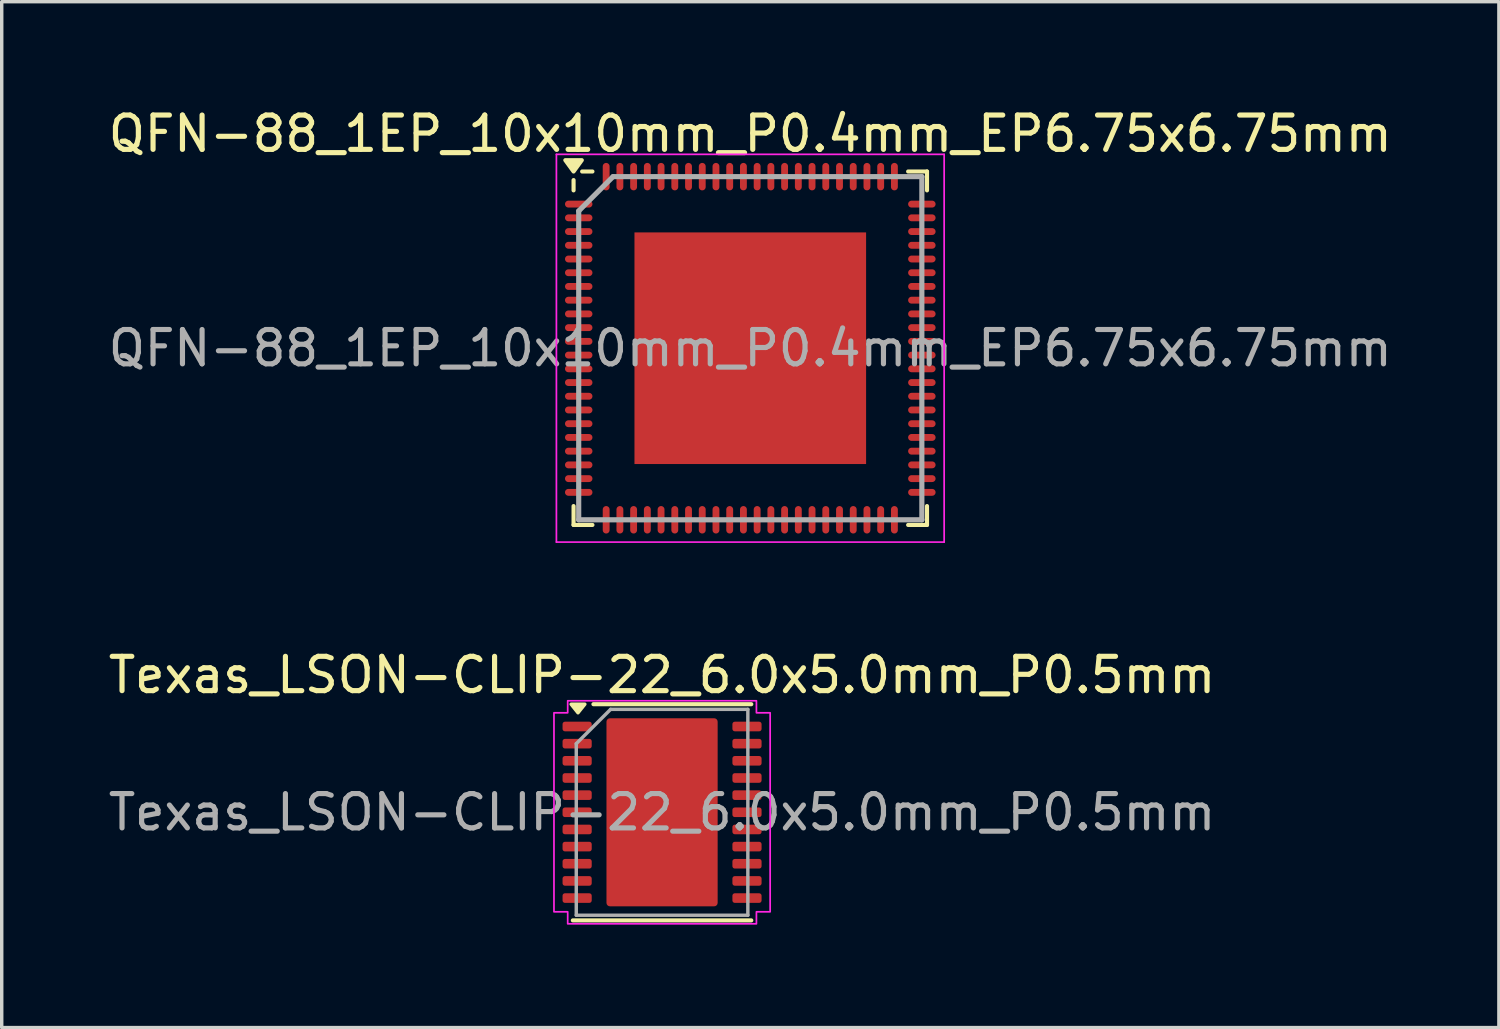
<source format=kicad_pcb>
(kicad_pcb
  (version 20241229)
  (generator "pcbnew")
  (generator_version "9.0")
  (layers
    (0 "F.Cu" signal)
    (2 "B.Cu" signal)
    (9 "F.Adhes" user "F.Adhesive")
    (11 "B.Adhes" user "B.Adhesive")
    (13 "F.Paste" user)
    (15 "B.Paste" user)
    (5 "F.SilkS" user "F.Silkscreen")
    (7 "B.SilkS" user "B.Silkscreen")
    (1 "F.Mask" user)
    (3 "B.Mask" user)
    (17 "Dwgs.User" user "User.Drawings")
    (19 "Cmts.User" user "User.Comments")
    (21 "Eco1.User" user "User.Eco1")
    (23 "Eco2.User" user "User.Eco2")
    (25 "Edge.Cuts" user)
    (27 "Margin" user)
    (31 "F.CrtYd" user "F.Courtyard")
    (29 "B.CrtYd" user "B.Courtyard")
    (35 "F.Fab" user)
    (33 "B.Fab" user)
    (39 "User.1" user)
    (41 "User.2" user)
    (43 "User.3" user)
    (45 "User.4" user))
  (footprint "QFN-88_1EP_10x10mm_P0.4mm_EP6.75x6.75mm"
    (layer "F.Cu")
    (at 18.815 7.098)
    (property "Reference" "QFN-88_1EP_10x10mm_P0.4mm_EP6.75x6.75mm" (at 0 -6.25 0) (layer "F.SilkS") (effects (font (size 1 1) (thickness 0.15))))
    (attr smd)
    (fp_line (start -5.15 -4.9) (end -5.15 -4.6) (stroke (width 0.12) (type default)) (layer "F.SilkS"))
    (fp_line (start -5.15 5.15) (end -5.15 4.6) (stroke (width 0.12) (type default)) (layer "F.SilkS"))
    (fp_line (start -4.6 -5.15) (end -4.9 -5.15) (stroke (width 0.12) (type default)) (layer "F.SilkS"))
    (fp_line (start -4.6 5.15) (end -5.15 5.15) (stroke (width 0.12) (type default)) (layer "F.SilkS"))
    (fp_line (start 4.6 -5.15) (end 5.15 -5.15) (stroke (width 0.12) (type default)) (layer "F.SilkS"))
    (fp_line (start 4.6 5.15) (end 5.15 5.15) (stroke (width 0.12) (type default)) (layer "F.SilkS"))
    (fp_line (start 5.15 -5.15) (end 5.15 -4.6) (stroke (width 0.12) (type default)) (layer "F.SilkS"))
    (fp_line (start 5.15 5.15) (end 5.15 4.6) (stroke (width 0.12) (type default)) (layer "F.SilkS"))
    (fp_poly (pts (xy -5.15 -5.15) (xy -5.39 -5.48) (xy -4.91 -5.48) (xy -5.15 -5.15)) (stroke (width 0.12) (type solid)) (fill yes) (layer "F.SilkS"))
    (fp_line (start -5.65 -5.65) (end 5.65 -5.65) (stroke (width 0.05) (type default)) (layer "F.CrtYd"))
    (fp_line (start -5.65 5.65) (end -5.65 -5.65) (stroke (width 0.05) (type default)) (layer "F.CrtYd"))
    (fp_line (start 5.65 -5.65) (end 5.65 5.65) (stroke (width 0.05) (type default)) (layer "F.CrtYd"))
    (fp_line (start 5.65 5.65) (end -5.65 5.65) (stroke (width 0.05) (type default)) (layer "F.CrtYd"))
    (fp_line (start -5 -4) (end -5 5) (stroke (width 0.15) (type default)) (layer "F.Fab"))
    (fp_line (start -5 5) (end 5 5) (stroke (width 0.15) (type default)) (layer "F.Fab"))
    (fp_line (start -4 -5) (end -5 -4) (stroke (width 0.15) (type default)) (layer "F.Fab"))
    (fp_line (start 5 -5) (end -4 -5) (stroke (width 0.15) (type default)) (layer "F.Fab"))
    (fp_line (start 5 5) (end 5 -5) (stroke (width 0.15) (type default)) (layer "F.Fab"))
    (fp_text user "${REFERENCE}" (at 0 0 0) (layer "F.Fab") (effects (font (size 1 1) (thickness 0.15))))
    (pad "" smd rect (at -2.531 -2.531) (size 0.938 0.938) (layers "F.Paste"))
    (pad "" smd rect (at -2.531 -0.844) (size 0.938 0.938) (layers "F.Paste"))
    (pad "" smd rect (at -2.531 0.844) (size 0.938 0.938) (layers "F.Paste"))
    (pad "" smd rect (at -2.531 2.531) (size 0.938 0.938) (layers "F.Paste"))
    (pad "" smd rect (at -0.844 -2.531) (size 0.938 0.938) (layers "F.Paste"))
    (pad "" smd rect (at -0.844 -0.844) (size 0.938 0.938) (layers "F.Paste"))
    (pad "" smd rect (at -0.844 0.844) (size 0.938 0.938) (layers "F.Paste"))
    (pad "" smd rect (at -0.844 2.531) (size 0.938 0.938) (layers "F.Paste"))
    (pad "" smd rect (at 0.844 -2.531) (size 0.938 0.938) (layers "F.Paste"))
    (pad "" smd rect (at 0.844 -0.844) (size 0.938 0.938) (layers "F.Paste"))
    (pad "" smd rect (at 0.844 0.844) (size 0.938 0.938) (layers "F.Paste"))
    (pad "" smd rect (at 0.844 2.531) (size 0.938 0.938) (layers "F.Paste"))
    (pad "" smd rect (at 2.531 -2.531) (size 0.938 0.938) (layers "F.Paste"))
    (pad "" smd rect (at 2.531 -0.844) (size 0.938 0.938) (layers "F.Paste"))
    (pad "" smd rect (at 2.531 0.844) (size 0.938 0.938) (layers "F.Paste"))
    (pad "" smd rect (at 2.531 2.531) (size 0.938 0.938) (layers "F.Paste"))
    (pad "1" smd oval (at -5 -4.2 90) (size 0.2 0.8) (layers "F.Cu" "F.Mask" "F.Paste"))
    (pad "2" smd oval (at -5 -3.8 90) (size 0.2 0.8) (layers "F.Cu" "F.Mask" "F.Paste"))
    (pad "3" smd oval (at -5 -3.4 90) (size 0.2 0.8) (layers "F.Cu" "F.Mask" "F.Paste"))
    (pad "4" smd oval (at -5 -3 90) (size 0.2 0.8) (layers "F.Cu" "F.Mask" "F.Paste"))
    (pad "5" smd oval (at -5 -2.6 90) (size 0.2 0.8) (layers "F.Cu" "F.Mask" "F.Paste"))
    (pad "6" smd oval (at -5 -2.2 90) (size 0.2 0.8) (layers "F.Cu" "F.Mask" "F.Paste"))
    (pad "7" smd oval (at -5 -1.8 90) (size 0.2 0.8) (layers "F.Cu" "F.Mask" "F.Paste"))
    (pad "8" smd oval (at -5 -1.4 90) (size 0.2 0.8) (layers "F.Cu" "F.Mask" "F.Paste"))
    (pad "9" smd oval (at -5 -1 90) (size 0.2 0.8) (layers "F.Cu" "F.Mask" "F.Paste"))
    (pad "10" smd oval (at -5 -0.6 90) (size 0.2 0.8) (layers "F.Cu" "F.Mask" "F.Paste"))
    (pad "11" smd oval (at -5 -0.2 90) (size 0.2 0.8) (layers "F.Cu" "F.Mask" "F.Paste"))
    (pad "12" smd oval (at -5 0.2 90) (size 0.2 0.8) (layers "F.Cu" "F.Mask" "F.Paste"))
    (pad "13" smd oval (at -5 0.6 90) (size 0.2 0.8) (layers "F.Cu" "F.Mask" "F.Paste"))
    (pad "14" smd oval (at -5 1 90) (size 0.2 0.8) (layers "F.Cu" "F.Mask" "F.Paste"))
    (pad "15" smd oval (at -5 1.4 90) (size 0.2 0.8) (layers "F.Cu" "F.Mask" "F.Paste"))
    (pad "16" smd oval (at -5 1.8 90) (size 0.2 0.8) (layers "F.Cu" "F.Mask" "F.Paste"))
    (pad "17" smd oval (at -5 2.2 90) (size 0.2 0.8) (layers "F.Cu" "F.Mask" "F.Paste"))
    (pad "18" smd oval (at -5 2.6 90) (size 0.2 0.8) (layers "F.Cu" "F.Mask" "F.Paste"))
    (pad "19" smd oval (at -5 3 90) (size 0.2 0.8) (layers "F.Cu" "F.Mask" "F.Paste"))
    (pad "20" smd oval (at -5 3.4 90) (size 0.2 0.8) (layers "F.Cu" "F.Mask" "F.Paste"))
    (pad "21" smd oval (at -5 3.8 90) (size 0.2 0.8) (layers "F.Cu" "F.Mask" "F.Paste"))
    (pad "22" smd oval (at -5 4.2 90) (size 0.2 0.8) (layers "F.Cu" "F.Mask" "F.Paste"))
    (pad "23" smd oval (at -4.2 5) (size 0.2 0.8) (layers "F.Cu" "F.Mask" "F.Paste"))
    (pad "24" smd oval (at -3.8 5) (size 0.2 0.8) (layers "F.Cu" "F.Mask" "F.Paste"))
    (pad "25" smd oval (at -3.4 5) (size 0.2 0.8) (layers "F.Cu" "F.Mask" "F.Paste"))
    (pad "26" smd oval (at -3 5) (size 0.2 0.8) (layers "F.Cu" "F.Mask" "F.Paste"))
    (pad "27" smd oval (at -2.6 5) (size 0.2 0.8) (layers "F.Cu" "F.Mask" "F.Paste"))
    (pad "28" smd oval (at -2.2 5) (size 0.2 0.8) (layers "F.Cu" "F.Mask" "F.Paste"))
    (pad "29" smd oval (at -1.8 5) (size 0.2 0.8) (layers "F.Cu" "F.Mask" "F.Paste"))
    (pad "30" smd oval (at -1.4 5) (size 0.2 0.8) (layers "F.Cu" "F.Mask" "F.Paste"))
    (pad "31" smd oval (at -1 5) (size 0.2 0.8) (layers "F.Cu" "F.Mask" "F.Paste"))
    (pad "32" smd oval (at -0.6 5) (size 0.2 0.8) (layers "F.Cu" "F.Mask" "F.Paste"))
    (pad "33" smd oval (at -0.2 5) (size 0.2 0.8) (layers "F.Cu" "F.Mask" "F.Paste"))
    (pad "34" smd oval (at 0.2 5) (size 0.2 0.8) (layers "F.Cu" "F.Mask" "F.Paste"))
    (pad "35" smd oval (at 0.6 5) (size 0.2 0.8) (layers "F.Cu" "F.Mask" "F.Paste"))
    (pad "36" smd oval (at 1 5) (size 0.2 0.8) (layers "F.Cu" "F.Mask" "F.Paste"))
    (pad "37" smd oval (at 1.4 5) (size 0.2 0.8) (layers "F.Cu" "F.Mask" "F.Paste"))
    (pad "38" smd oval (at 1.8 5) (size 0.2 0.8) (layers "F.Cu" "F.Mask" "F.Paste"))
    (pad "39" smd oval (at 2.2 5) (size 0.2 0.8) (layers "F.Cu" "F.Mask" "F.Paste"))
    (pad "40" smd oval (at 2.6 5) (size 0.2 0.8) (layers "F.Cu" "F.Mask" "F.Paste"))
    (pad "41" smd oval (at 3 5) (size 0.2 0.8) (layers "F.Cu" "F.Mask" "F.Paste"))
    (pad "42" smd oval (at 3.4 5) (size 0.2 0.8) (layers "F.Cu" "F.Mask" "F.Paste"))
    (pad "43" smd oval (at 3.8 5) (size 0.2 0.8) (layers "F.Cu" "F.Mask" "F.Paste"))
    (pad "44" smd oval (at 4.2 5) (size 0.2 0.8) (layers "F.Cu" "F.Mask" "F.Paste"))
    (pad "45" smd oval (at 5 4.2 90) (size 0.2 0.8) (layers "F.Cu" "F.Mask" "F.Paste"))
    (pad "46" smd oval (at 5 3.8 90) (size 0.2 0.8) (layers "F.Cu" "F.Mask" "F.Paste"))
    (pad "47" smd oval (at 5 3.4 90) (size 0.2 0.8) (layers "F.Cu" "F.Mask" "F.Paste"))
    (pad "48" smd oval (at 5 3 90) (size 0.2 0.8) (layers "F.Cu" "F.Mask" "F.Paste"))
    (pad "49" smd oval (at 5 2.6 90) (size 0.2 0.8) (layers "F.Cu" "F.Mask" "F.Paste"))
    (pad "50" smd oval (at 5 2.2 90) (size 0.2 0.8) (layers "F.Cu" "F.Mask" "F.Paste"))
    (pad "51" smd oval (at 5 1.8 90) (size 0.2 0.8) (layers "F.Cu" "F.Mask" "F.Paste"))
    (pad "52" smd oval (at 5 1.4 90) (size 0.2 0.8) (layers "F.Cu" "F.Mask" "F.Paste"))
    (pad "53" smd oval (at 5 1 90) (size 0.2 0.8) (layers "F.Cu" "F.Mask" "F.Paste"))
    (pad "54" smd oval (at 5 0.6 90) (size 0.2 0.8) (layers "F.Cu" "F.Mask" "F.Paste"))
    (pad "55" smd oval (at 5 0.2 90) (size 0.2 0.8) (layers "F.Cu" "F.Mask" "F.Paste"))
    (pad "56" smd oval (at 5 -0.2 90) (size 0.2 0.8) (layers "F.Cu" "F.Mask" "F.Paste"))
    (pad "57" smd oval (at 5 -0.6 90) (size 0.2 0.8) (layers "F.Cu" "F.Mask" "F.Paste"))
    (pad "58" smd oval (at 5 -1 90) (size 0.2 0.8) (layers "F.Cu" "F.Mask" "F.Paste"))
    (pad "59" smd oval (at 5 -1.4 90) (size 0.2 0.8) (layers "F.Cu" "F.Mask" "F.Paste"))
    (pad "60" smd oval (at 5 -1.8 90) (size 0.2 0.8) (layers "F.Cu" "F.Mask" "F.Paste"))
    (pad "61" smd oval (at 5 -2.2 90) (size 0.2 0.8) (layers "F.Cu" "F.Mask" "F.Paste"))
    (pad "62" smd oval (at 5 -2.6 90) (size 0.2 0.8) (layers "F.Cu" "F.Mask" "F.Paste"))
    (pad "63" smd oval (at 5 -3 90) (size 0.2 0.8) (layers "F.Cu" "F.Mask" "F.Paste"))
    (pad "64" smd oval (at 5 -3.4 90) (size 0.2 0.8) (layers "F.Cu" "F.Mask" "F.Paste"))
    (pad "65" smd oval (at 5 -3.8 90) (size 0.2 0.8) (layers "F.Cu" "F.Mask" "F.Paste"))
    (pad "66" smd oval (at 5 -4.2 90) (size 0.2 0.8) (layers "F.Cu" "F.Mask" "F.Paste"))
    (pad "67" smd oval (at 4.2 -5) (size 0.2 0.8) (layers "F.Cu" "F.Mask" "F.Paste"))
    (pad "68" smd oval (at 3.8 -5) (size 0.2 0.8) (layers "F.Cu" "F.Mask" "F.Paste"))
    (pad "69" smd oval (at 3.4 -5) (size 0.2 0.8) (layers "F.Cu" "F.Mask" "F.Paste"))
    (pad "70" smd oval (at 3 -5) (size 0.2 0.8) (layers "F.Cu" "F.Mask" "F.Paste"))
    (pad "71" smd oval (at 2.6 -5) (size 0.2 0.8) (layers "F.Cu" "F.Mask" "F.Paste"))
    (pad "72" smd oval (at 2.2 -5) (size 0.2 0.8) (layers "F.Cu" "F.Mask" "F.Paste"))
    (pad "73" smd oval (at 1.8 -5) (size 0.2 0.8) (layers "F.Cu" "F.Mask" "F.Paste"))
    (pad "74" smd oval (at 1.4 -5) (size 0.2 0.8) (layers "F.Cu" "F.Mask" "F.Paste"))
    (pad "75" smd oval (at 1 -5) (size 0.2 0.8) (layers "F.Cu" "F.Mask" "F.Paste"))
    (pad "76" smd oval (at 0.6 -5) (size 0.2 0.8) (layers "F.Cu" "F.Mask" "F.Paste"))
    (pad "77" smd oval (at 0.2 -5) (size 0.2 0.8) (layers "F.Cu" "F.Mask" "F.Paste"))
    (pad "78" smd oval (at -0.2 -5) (size 0.2 0.8) (layers "F.Cu" "F.Mask" "F.Paste"))
    (pad "79" smd oval (at -0.6 -5) (size 0.2 0.8) (layers "F.Cu" "F.Mask" "F.Paste"))
    (pad "80" smd oval (at -1 -5) (size 0.2 0.8) (layers "F.Cu" "F.Mask" "F.Paste"))
    (pad "81" smd oval (at -1.4 -5) (size 0.2 0.8) (layers "F.Cu" "F.Mask" "F.Paste"))
    (pad "82" smd oval (at -1.8 -5) (size 0.2 0.8) (layers "F.Cu" "F.Mask" "F.Paste"))
    (pad "83" smd oval (at -2.2 -5) (size 0.2 0.8) (layers "F.Cu" "F.Mask" "F.Paste"))
    (pad "84" smd oval (at -2.6 -5) (size 0.2 0.8) (layers "F.Cu" "F.Mask" "F.Paste"))
    (pad "85" smd oval (at -3 -5) (size 0.2 0.8) (layers "F.Cu" "F.Mask" "F.Paste"))
    (pad "86" smd oval (at -3.4 -5) (size 0.2 0.8) (layers "F.Cu" "F.Mask" "F.Paste"))
    (pad "87" smd oval (at -3.8 -5) (size 0.2 0.8) (layers "F.Cu" "F.Mask" "F.Paste"))
    (pad "88" smd oval (at -4.2 -5) (size 0.2 0.8) (layers "F.Cu" "F.Mask" "F.Paste"))
    (pad "89" smd rect (at 0 0) (size 6.75 6.75) (layers "F.Cu" "F.Mask")))
  (footprint "Texas_LSON-CLIP-22_6.0x5.0mm_P0.5mm"
    (layer "F.Cu")
    (at 16.244 20.622)
    (property "Reference" "Texas_LSON-CLIP-22_6.0x5.0mm_P0.5mm" (at 0 -4 0) (unlocked yes) (layer "F.SilkS") (effects (font (size 1 1) (thickness 0.15))))
    (attr smd)
    (fp_line (start 2.6 -3.15) (end -2 -3.15) (stroke (width 0.12) (type solid)) (layer "F.SilkS"))
    (fp_line (start 2.6 3.15) (end -2.6 3.15) (stroke (width 0.12) (type solid)) (layer "F.SilkS"))
    (fp_poly (pts (xy -2.45 -2.9) (xy -2.65 -3.15) (xy -2.25 -3.15)) (stroke (width 0.1) (type solid)) (fill yes) (layer "F.SilkS"))
    (fp_poly (pts (xy 2.75 -3.25) (xy 2.75 -2.9) (xy 3.15 -2.9) (xy 3.15 2.9) (xy 2.75 2.9) (xy 2.75 3.25) (xy -2.75 3.25) (xy -2.75 2.9) (xy -3.15 2.9) (xy -3.15 -2.9) (xy -2.75 -2.9) (xy -2.75 -3.25)) (stroke (width 0.05) (type solid)) (fill no) (layer "F.CrtYd"))
    (fp_line (start -2.5 3) (end -2.5 -2) (stroke (width 0.1) (type default)) (layer "F.Fab"))
    (fp_line (start -2.5 3) (end 2.5 3) (stroke (width 0.1) (type default)) (layer "F.Fab"))
    (fp_line (start -1.5 -3) (end -2.5 -2) (stroke (width 0.1) (type default)) (layer "F.Fab"))
    (fp_line (start -1.5 -3) (end 2.5 -3) (stroke (width 0.1) (type default)) (layer "F.Fab"))
    (fp_line (start 2.5 3) (end 2.5 -3) (stroke (width 0.1) (type default)) (layer "F.Fab"))
    (fp_text user "${REFERENCE}" (at 0 0 0) (unlocked yes) (layer "F.Fab") (effects (font (size 1 1) (thickness 0.15))))
    (pad "" smd roundrect (at -0.8 -1.7) (size 1.3 1.4) (layers "F.Paste") (roundrect_rratio 0.1))
    (pad "" smd roundrect (at -0.8 0) (size 1.3 1.4) (layers "F.Paste") (roundrect_rratio 0.1))
    (pad "" smd roundrect (at -0.8 1.7) (size 1.3 1.4) (layers "F.Paste") (roundrect_rratio 0.1))
    (pad "" smd roundrect (at 0.8 -1.7) (size 1.3 1.4) (layers "F.Paste") (roundrect_rratio 0.1))
    (pad "" smd roundrect (at 0.8 0) (size 1.3 1.4) (layers "F.Paste") (roundrect_rratio 0.1))
    (pad "" smd roundrect (at 0.8 1.7) (size 1.3 1.4) (layers "F.Paste") (roundrect_rratio 0.1))
    (pad "1" smd roundrect (at -2.475 -2.5) (size 0.85 0.28) (layers "F.Cu" "F.Mask" "F.Paste") (roundrect_rratio 0.25))
    (pad "2" smd roundrect (at -2.475 -2) (size 0.85 0.28) (layers "F.Cu" "F.Mask" "F.Paste") (roundrect_rratio 0.25))
    (pad "3" smd roundrect (at -2.475 -1.5) (size 0.85 0.28) (layers "F.Cu" "F.Mask" "F.Paste") (roundrect_rratio 0.25))
    (pad "4" smd roundrect (at -2.475 -1) (size 0.85 0.28) (layers "F.Cu" "F.Mask" "F.Paste") (roundrect_rratio 0.25))
    (pad "5" smd roundrect (at -2.475 -0.5) (size 0.85 0.28) (layers "F.Cu" "F.Mask" "F.Paste") (roundrect_rratio 0.25))
    (pad "6" smd roundrect (at -2.475 0) (size 0.85 0.28) (layers "F.Cu" "F.Mask" "F.Paste") (roundrect_rratio 0.25))
    (pad "7" smd roundrect (at -2.475 0.5) (size 0.85 0.28) (layers "F.Cu" "F.Mask" "F.Paste") (roundrect_rratio 0.25))
    (pad "8" smd roundrect (at -2.475 1) (size 0.85 0.28) (layers "F.Cu" "F.Mask" "F.Paste") (roundrect_rratio 0.25))
    (pad "9" smd roundrect (at -2.475 1.5) (size 0.85 0.28) (layers "F.Cu" "F.Mask" "F.Paste") (roundrect_rratio 0.25))
    (pad "10" smd roundrect (at -2.475 2) (size 0.85 0.28) (layers "F.Cu" "F.Mask" "F.Paste") (roundrect_rratio 0.25))
    (pad "11" smd roundrect (at -2.475 2.5) (size 0.85 0.28) (layers "F.Cu" "F.Mask" "F.Paste") (roundrect_rratio 0.25))
    (pad "12" smd roundrect (at 2.475 2.5) (size 0.85 0.28) (layers "F.Cu" "F.Mask" "F.Paste") (roundrect_rratio 0.25))
    (pad "13" smd roundrect (at 2.475 2) (size 0.85 0.28) (layers "F.Cu" "F.Mask" "F.Paste") (roundrect_rratio 0.25))
    (pad "14" smd roundrect (at 2.475 1.5) (size 0.85 0.28) (layers "F.Cu" "F.Mask" "F.Paste") (roundrect_rratio 0.25))
    (pad "15" smd roundrect (at 2.475 1) (size 0.85 0.28) (layers "F.Cu" "F.Mask" "F.Paste") (roundrect_rratio 0.25))
    (pad "16" smd roundrect (at 2.475 0.5) (size 0.85 0.28) (layers "F.Cu" "F.Mask" "F.Paste") (roundrect_rratio 0.25))
    (pad "17" smd roundrect (at 2.475 0) (size 0.85 0.28) (layers "F.Cu" "F.Mask" "F.Paste") (roundrect_rratio 0.25))
    (pad "18" smd roundrect (at 2.475 -0.5) (size 0.85 0.28) (layers "F.Cu" "F.Mask" "F.Paste") (roundrect_rratio 0.25))
    (pad "19" smd roundrect (at 2.475 -1) (size 0.85 0.28) (layers "F.Cu" "F.Mask" "F.Paste") (roundrect_rratio 0.25))
    (pad "20" smd roundrect (at 2.475 -1.5) (size 0.85 0.28) (layers "F.Cu" "F.Mask" "F.Paste") (roundrect_rratio 0.25))
    (pad "21" smd roundrect (at 2.475 -2) (size 0.85 0.28) (layers "F.Cu" "F.Mask" "F.Paste") (roundrect_rratio 0.25))
    (pad "22" smd roundrect (at 2.475 -2.5) (size 0.85 0.28) (layers "F.Cu" "F.Mask" "F.Paste") (roundrect_rratio 0.25))
    (pad "23" smd roundrect (at 0 0) (size 3.24 5.48) (layers "F.Cu" "F.Mask") (roundrect_rratio 0.031)))
  (gr_rect
    (start -3 -3)
    (end 40.631 26.896)
    (stroke (width 0.1) (type default))
    (fill no)
    (layer "Edge.Cuts")))
</source>
